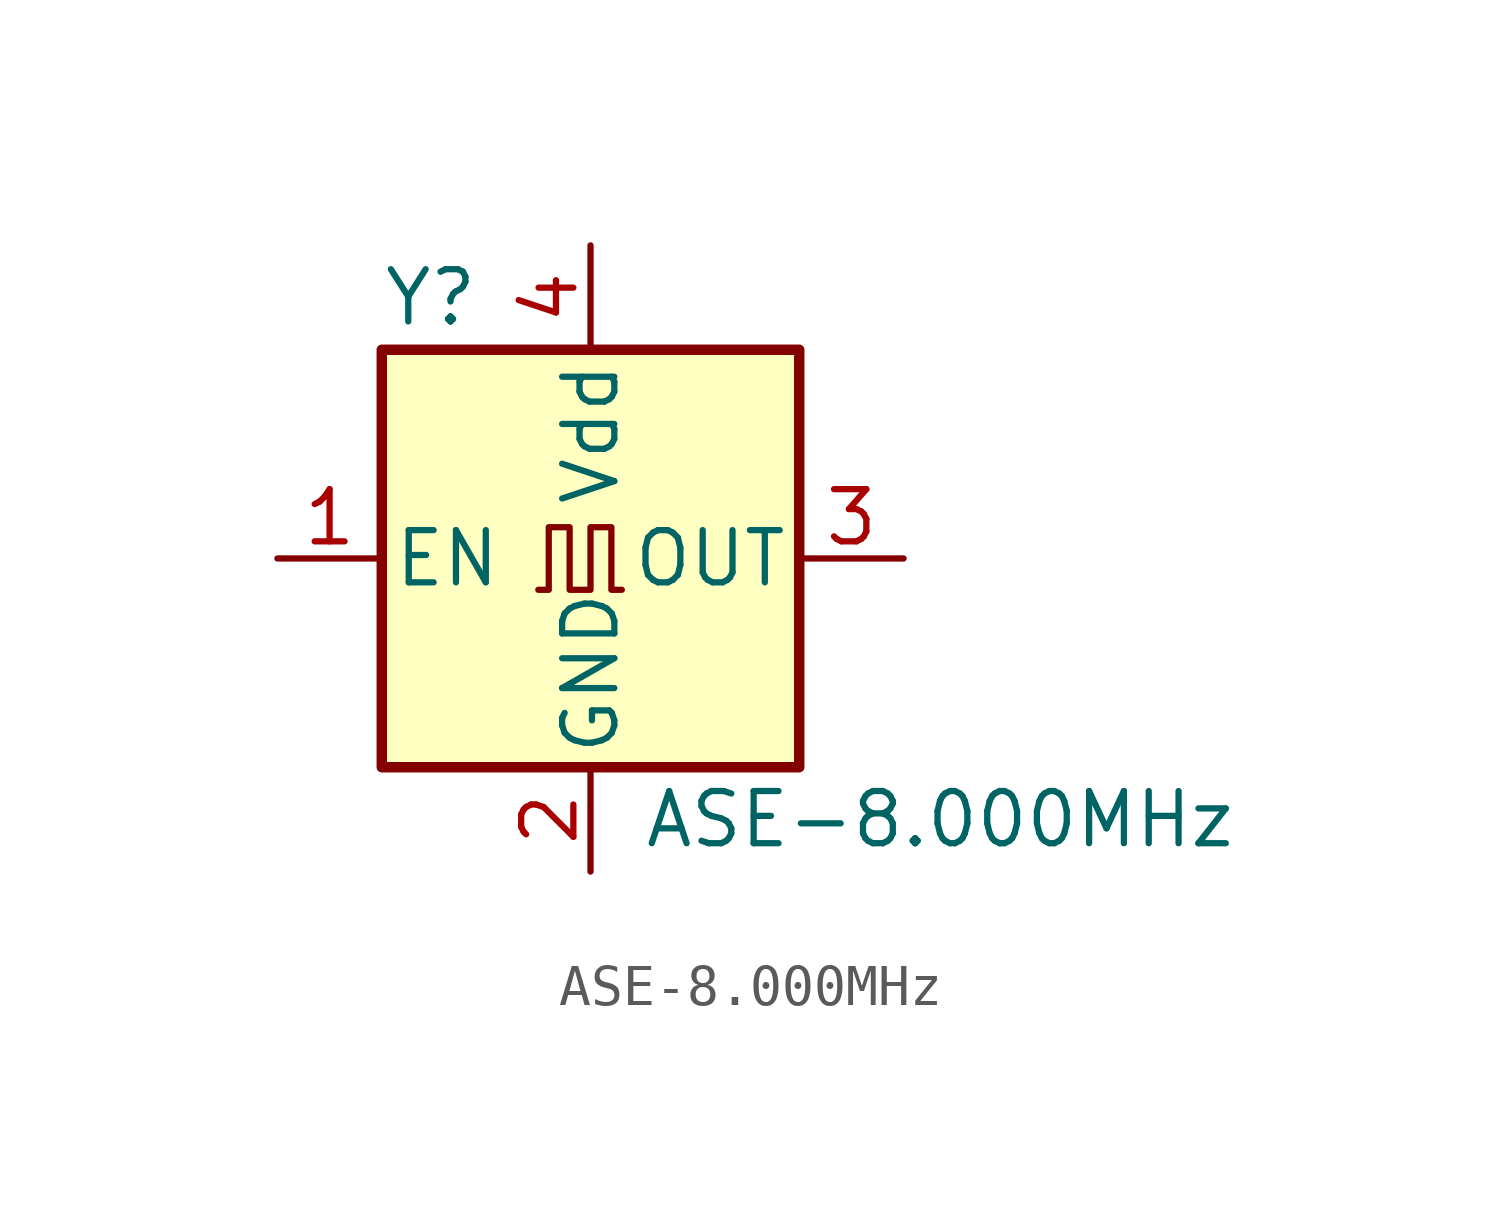
<source format=kicad_sym>
(kicad_symbol_lib
  (version 20220914)
  (generator kicad_db_lib)
  (symbol "ASE-8.000MHz"
    (pin_names
      (offset 0.254))
    (property "Reference" "Y"
      (at -5.08 6.35 0)
      (effects (font (size 1.27 1.27)) (justify left)))
    (property "Value" "ASE-8.000MHz"
      (at 1.27 -6.35 0)
      (effects (font (size 1.27 1.27)) (justify left)))
    (symbol "ASE-8.000MHz_0_1"
      (rectangle (start -5.08 5.08) (end 5.08 -5.08) (stroke (width 0.254) (type default)) (fill (type background)))
      (polyline (pts (xy -1.27 -0.762) (xy -1.016 -0.762) (xy -1.016 0.762) (xy -0.508 0.762) (xy -0.508 -0.762) (xy 0 -0.762) (xy 0 0.762) (xy 0.508 0.762) (xy 0.508 -0.762) (xy 0.762 -0.762)) (stroke (width 0) (type default)) (fill (type none))))
    (symbol "ASE-8.000MHz_1_1"
      (pin input line (at -7.62 0 0) (length 2.54) (name "EN" (effects (font (size 1.27 1.27)))) (number "1" (effects (font (size 1.27 1.27)))))
      (pin power_in line (at 0 -7.62 90) (length 2.54) (name "GND" (effects (font (size 1.27 1.27)))) (number "2" (effects (font (size 1.27 1.27)))))
      (pin output line (at 7.62 0 180) (length 2.54) (name "OUT" (effects (font (size 1.27 1.27)))) (number "3" (effects (font (size 1.27 1.27)))))
      (pin power_in line (at 0 7.62 270) (length 2.54) (name "Vdd" (effects (font (size 1.27 1.27)))) (number "4" (effects (font (size 1.27 1.27))))))))
</source>
